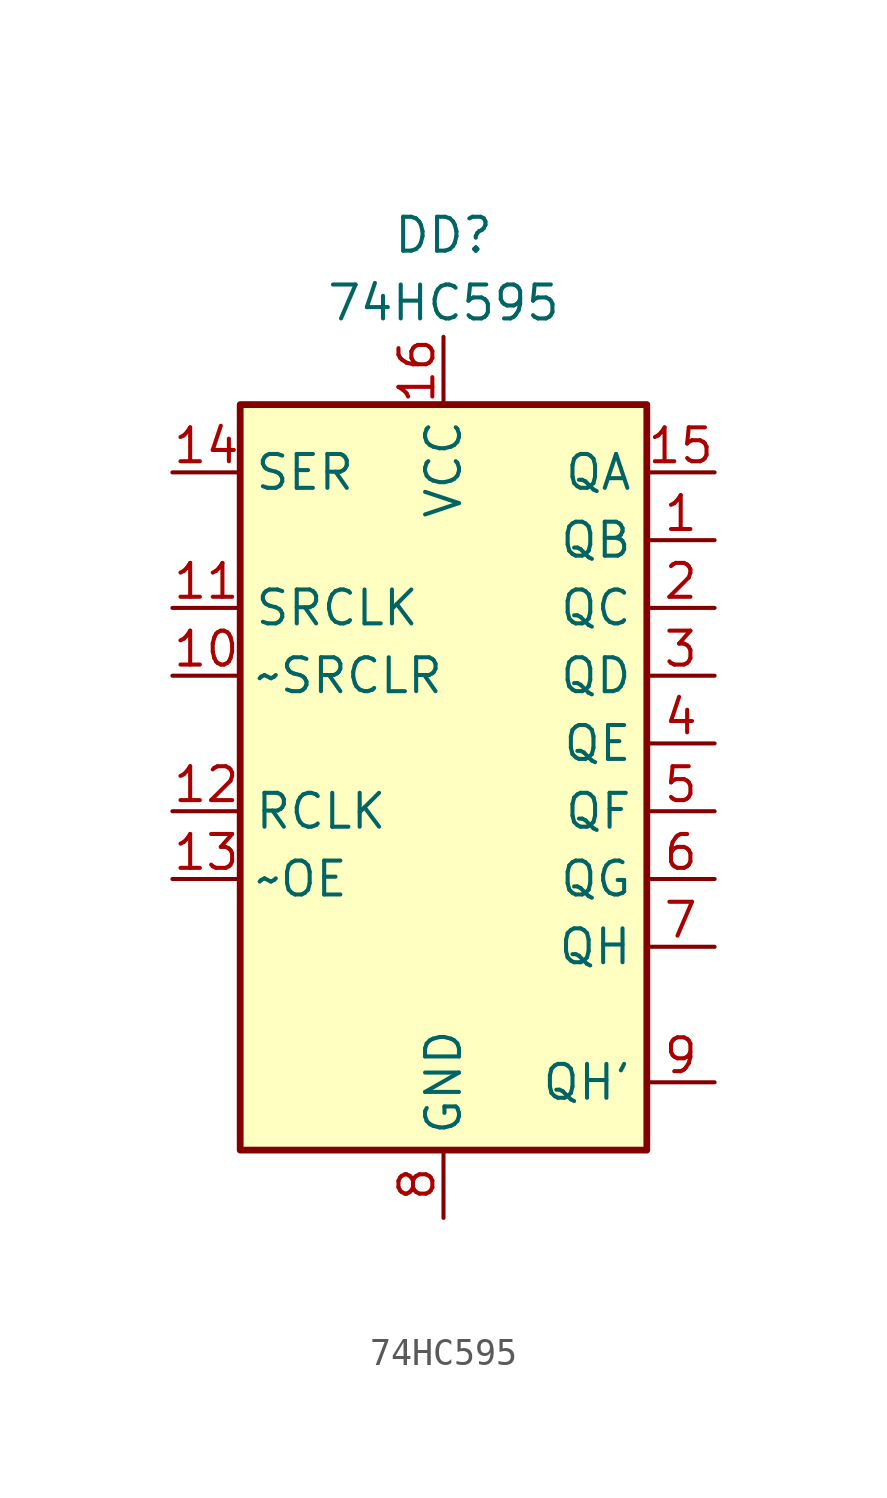
<source format=kicad_sym>
(kicad_symbol_lib
  (version 20210619)
  (generator kicad_symbol_editor)
  (symbol "my_Library:74HC595"
    (property "Reference" "DD"
      (at 0 19.05 0)
      (effects (font (size 1.27 1.27))))
    (property "Value" "74HC595"
      (at 0 16.51 0)
      (effects (font (size 1.27 1.27))))
    (symbol "74HC595_1_0"
      (pin tri_state line (at 10.16 7.62 180) (length 2.54) (name "QB" (effects (font (size 1.27 1.27)))) (number "1" (effects (font (size 1.27 1.27)))))
      (pin input line (at -10.16 2.54 0) (length 2.54) (name "~SRCLR" (effects (font (size 1.27 1.27)))) (number "10" (effects (font (size 1.27 1.27)))))
      (pin input line (at -10.16 5.08 0) (length 2.54) (name "SRCLK" (effects (font (size 1.27 1.27)))) (number "11" (effects (font (size 1.27 1.27)))))
      (pin input line (at -10.16 -2.54 0) (length 2.54) (name "RCLK" (effects (font (size 1.27 1.27)))) (number "12" (effects (font (size 1.27 1.27)))))
      (pin input line (at -10.16 -5.08 0) (length 2.54) (name "~OE" (effects (font (size 1.27 1.27)))) (number "13" (effects (font (size 1.27 1.27)))))
      (pin input line (at -10.16 10.16 0) (length 2.54) (name "SER" (effects (font (size 1.27 1.27)))) (number "14" (effects (font (size 1.27 1.27)))))
      (pin tri_state line (at 10.16 10.16 180) (length 2.54) (name "QA" (effects (font (size 1.27 1.27)))) (number "15" (effects (font (size 1.27 1.27)))))
      (pin power_in line (at 0 15.24 270) (length 2.54) (name "VCC" (effects (font (size 1.27 1.27)))) (number "16" (effects (font (size 1.27 1.27)))))
      (pin tri_state line (at 10.16 5.08 180) (length 2.54) (name "QC" (effects (font (size 1.27 1.27)))) (number "2" (effects (font (size 1.27 1.27)))))
      (pin tri_state line (at 10.16 2.54 180) (length 2.54) (name "QD" (effects (font (size 1.27 1.27)))) (number "3" (effects (font (size 1.27 1.27)))))
      (pin tri_state line (at 10.16 0 180) (length 2.54) (name "QE" (effects (font (size 1.27 1.27)))) (number "4" (effects (font (size 1.27 1.27)))))
      (pin tri_state line (at 10.16 -2.54 180) (length 2.54) (name "QF" (effects (font (size 1.27 1.27)))) (number "5" (effects (font (size 1.27 1.27)))))
      (pin tri_state line (at 10.16 -5.08 180) (length 2.54) (name "QG" (effects (font (size 1.27 1.27)))) (number "6" (effects (font (size 1.27 1.27)))))
      (pin tri_state line (at 10.16 -7.62 180) (length 2.54) (name "QH" (effects (font (size 1.27 1.27)))) (number "7" (effects (font (size 1.27 1.27)))))
      (pin power_in line (at 0 -17.78 90) (length 2.54) (name "GND" (effects (font (size 1.27 1.27)))) (number "8" (effects (font (size 1.27 1.27)))))
      (pin output line (at 10.16 -12.7 180) (length 2.54) (name "QH'" (effects (font (size 1.27 1.27)))) (number "9" (effects (font (size 1.27 1.27))))))
    (symbol "74HC595_1_1"
      (rectangle (start -7.62 12.7) (end 7.62 -15.24) (stroke (width 0.254)) (fill (type background))))))
</source>
